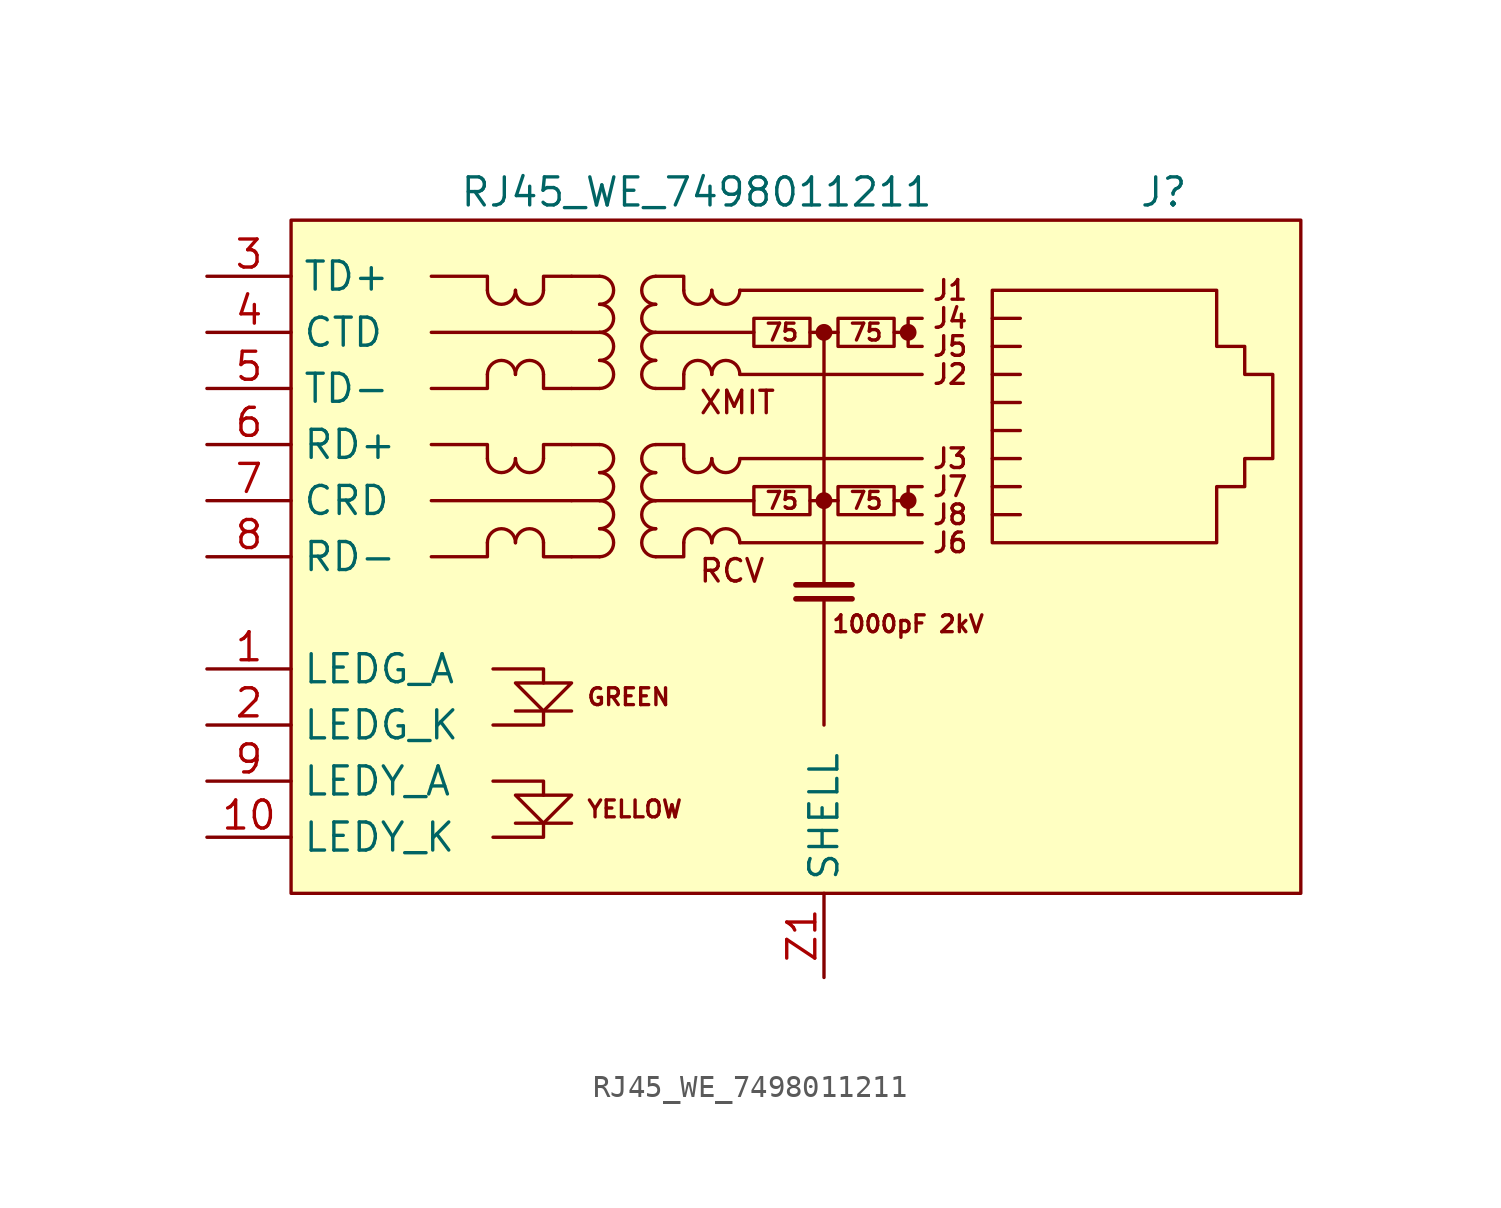
<source format=kicad_sym>
(kicad_symbol_lib
  (version 20211014)
  (generator kicad_symbol_editor)
  (symbol "RJ45_WE_7498011211"
    (property "Reference" "J"
      (at 13.97 16.51 0)
      (effects (font (size 1.27 1.27)) (justify right)))
    (property "Value" "RJ45_WE_7498011211"
      (at -19.05 16.51 0)
      (effects (font (size 1.27 1.27)) (justify left)))
    (symbol "RJ45_WE_7498011211_0_0"
      (rectangle (start -26.67 15.24) (end 19.05 -15.24) (stroke (width 0.152) (type default) (color 0 0 0 0)) (fill (type background)))
      (circle (center -2.54 2.54) (radius 0.254) (stroke (width 0.254) (type default) (color 0 0 0 0)) (fill (type outline)))
      (circle (center -2.54 10.16) (radius 0.254) (stroke (width 0.254) (type default) (color 0 0 0 0)) (fill (type outline)))
      (polyline (pts (xy -13.97 -12.065) (xy -16.51 -12.065)) (stroke (width 0) (type default) (color 0 0 0 0)) (fill (type none)))
      (polyline (pts (xy -13.97 -6.985) (xy -16.51 -6.985)) (stroke (width 0) (type default) (color 0 0 0 0)) (fill (type none)))
      (polyline (pts (xy -13.97 2.54) (xy -20.32 2.54)) (stroke (width 0.152) (type default) (color 0 0 0 0)) (fill (type none)))
      (polyline (pts (xy -13.97 10.16) (xy -20.32 10.16)) (stroke (width 0.152) (type default) (color 0 0 0 0)) (fill (type none)))
      (polyline (pts (xy -2.54 10.16) (xy -2.54 -1.27)) (stroke (width 0) (type default) (color 0 0 0 0)) (fill (type none)))
      (polyline (pts (xy -1.27 -1.905) (xy -3.81 -1.905)) (stroke (width 0.254) (type default) (color 0 0 0 0)) (fill (type none)))
      (polyline (pts (xy -1.27 -1.27) (xy -3.81 -1.27)) (stroke (width 0.254) (type default) (color 0 0 0 0)) (fill (type none)))
      (polyline (pts (xy 1.27 2.54) (xy 0.635 2.54)) (stroke (width 0) (type default) (color 0 0 0 0)) (fill (type none)))
      (polyline (pts (xy 1.27 10.16) (xy 0.635 10.16)) (stroke (width 0) (type default) (color 0 0 0 0)) (fill (type none)))
      (polyline (pts (xy -17.78 0.635) (xy -17.78 0) (xy -20.32 0)) (stroke (width 0.152) (type default) (color 0 0 0 0)) (fill (type none)))
      (polyline (pts (xy -17.78 4.445) (xy -17.78 5.08) (xy -20.32 5.08)) (stroke (width 0.152) (type default) (color 0 0 0 0)) (fill (type none)))
      (polyline (pts (xy -17.78 8.255) (xy -17.78 7.62) (xy -20.32 7.62)) (stroke (width 0.152) (type default) (color 0 0 0 0)) (fill (type none)))
      (polyline (pts (xy -17.78 12.065) (xy -17.78 12.7) (xy -20.32 12.7)) (stroke (width 0.152) (type default) (color 0 0 0 0)) (fill (type none)))
      (polyline (pts (xy -17.526 -12.7) (xy -15.24 -12.7) (xy -15.24 -12.065)) (stroke (width 0) (type default) (color 0 0 0 0)) (fill (type none)))
      (polyline (pts (xy -17.526 -10.16) (xy -15.24 -10.16) (xy -15.24 -10.795)) (stroke (width 0) (type default) (color 0 0 0 0)) (fill (type none)))
      (polyline (pts (xy -17.526 -5.08) (xy -15.24 -5.08) (xy -15.24 -5.715)) (stroke (width 0) (type default) (color 0 0 0 0)) (fill (type none)))
      (polyline (pts (xy -15.24 -6.985) (xy -15.24 -7.62) (xy -17.526 -7.62)) (stroke (width 0) (type default) (color 0 0 0 0)) (fill (type none)))
      (polyline (pts (xy -16.51 -5.715) (xy -13.97 -5.715) (xy -15.24 -6.985) (xy -16.51 -5.715)) (stroke (width 0) (type default) (color 0 0 0 0)) (fill (type none)))
      (polyline (pts (xy -13.97 -10.795) (xy -16.51 -10.795) (xy -15.24 -12.065) (xy -13.97 -10.795)) (stroke (width 0) (type default) (color 0 0 0 0)) (fill (type none)))
      (polyline (pts (xy -2.54 -2.032) (xy -2.54 -3.81) (xy -2.54 -3.81) (xy -2.54 -7.62)) (stroke (width 0) (type default) (color 0 0 0 0)) (fill (type none)))
      (polyline (pts (xy 1.905 3.175) (xy 1.27 3.175) (xy 1.27 1.905) (xy 1.905 1.905)) (stroke (width 0) (type default) (color 0 0 0 0)) (fill (type none)))
      (polyline (pts (xy 1.905 10.795) (xy 1.27 10.795) (xy 1.27 9.525) (xy 1.905 9.525)) (stroke (width 0) (type default) (color 0 0 0 0)) (fill (type none)))
      (circle (center 1.27 2.54) (radius 0.254) (stroke (width 0.254) (type default) (color 0 0 0 0)) (fill (type outline)))
      (circle (center 1.27 10.16) (radius 0.254) (stroke (width 0.254) (type default) (color 0 0 0 0)) (fill (type outline)))
      (text "1000pF 2kV" (at 1.27 -3.048 0) (effects (font (size 0.762 0.762))))
      (text "75" (at -4.445 2.54 0) (effects (font (size 0.762 0.762))))
      (text "75" (at -4.445 10.16 0) (effects (font (size 0.762 0.762))))
      (text "75" (at -0.635 2.54 0) (effects (font (size 0.762 0.762))))
      (text "75" (at -0.635 10.16 0) (effects (font (size 0.762 0.762))))
      (text "GREEN" (at -13.335 -6.35 0) (effects (font (size 0.762 0.762)) (justify left)))
      (text "J1" (at 3.175 12.065 0) (effects (font (size 0.889 0.889))))
      (text "J2" (at 3.175 8.255 0) (effects (font (size 0.889 0.889))))
      (text "J3" (at 3.175 4.445 0) (effects (font (size 0.889 0.889))))
      (text "J4" (at 3.175 10.795 0) (effects (font (size 0.889 0.889))))
      (text "J5" (at 3.175 9.525 0) (effects (font (size 0.889 0.889))))
      (text "J6" (at 3.175 0.635 0) (effects (font (size 0.889 0.889))))
      (text "J7" (at 3.175 3.175 0) (effects (font (size 0.889 0.889))))
      (text "J8" (at 3.175 1.905 0) (effects (font (size 0.889 0.889))))
      (text "RCV" (at -8.255 -0.635 0) (effects (font (size 1.016 1.016)) (justify left)))
      (text "XMIT" (at -8.255 6.985 0) (effects (font (size 1.016 1.016)) (justify left)))
      (text "YELLOW" (at -13.335 -11.43 0) (effects (font (size 0.762 0.762)) (justify left))))
    (symbol "RJ45_WE_7498011211_0_1"
      (arc (start -17.78 4.445) (mid -17.145 3.81) (end -16.51 4.445) (stroke (width 0) (type default) (color 0 0 0 0)) (fill (type none)))
      (arc (start -17.78 12.065) (mid -17.145 11.43) (end -16.51 12.065) (stroke (width 0) (type default) (color 0 0 0 0)) (fill (type none)))
      (arc (start -16.51 0.635) (mid -17.145 1.27) (end -17.78 0.635) (stroke (width 0) (type default) (color 0 0 0 0)) (fill (type none)))
      (arc (start -16.51 4.445) (mid -15.875 3.81) (end -15.24 4.445) (stroke (width 0) (type default) (color 0 0 0 0)) (fill (type none)))
      (arc (start -16.51 8.255) (mid -17.145 8.89) (end -17.78 8.255) (stroke (width 0) (type default) (color 0 0 0 0)) (fill (type none)))
      (arc (start -16.51 12.065) (mid -15.875 11.43) (end -15.24 12.065) (stroke (width 0) (type default) (color 0 0 0 0)) (fill (type none)))
      (arc (start -15.24 0.635) (mid -15.875 1.27) (end -16.51 0.635) (stroke (width 0) (type default) (color 0 0 0 0)) (fill (type none)))
      (arc (start -15.24 8.255) (mid -15.875 8.89) (end -16.51 8.255) (stroke (width 0) (type default) (color 0 0 0 0)) (fill (type none)))
      (arc (start -12.7 0) (mid -12.065 0.635) (end -12.7 1.27) (stroke (width 0) (type default) (color 0 0 0 0)) (fill (type none)))
      (arc (start -12.7 1.27) (mid -12.065 1.905) (end -12.7 2.54) (stroke (width 0) (type default) (color 0 0 0 0)) (fill (type none)))
      (arc (start -12.7 2.54) (mid -12.065 3.175) (end -12.7 3.81) (stroke (width 0) (type default) (color 0 0 0 0)) (fill (type none)))
      (arc (start -12.7 3.81) (mid -12.065 4.445) (end -12.7 5.08) (stroke (width 0) (type default) (color 0 0 0 0)) (fill (type none)))
      (arc (start -12.7 7.62) (mid -12.065 8.255) (end -12.7 8.89) (stroke (width 0) (type default) (color 0 0 0 0)) (fill (type none)))
      (arc (start -12.7 8.89) (mid -12.065 9.525) (end -12.7 10.16) (stroke (width 0) (type default) (color 0 0 0 0)) (fill (type none)))
      (arc (start -12.7 10.16) (mid -12.065 10.795) (end -12.7 11.43) (stroke (width 0) (type default) (color 0 0 0 0)) (fill (type none)))
      (arc (start -12.7 11.43) (mid -12.065 12.065) (end -12.7 12.7) (stroke (width 0) (type default) (color 0 0 0 0)) (fill (type none)))
      (arc (start -10.16 1.27) (mid -10.795 0.635) (end -10.16 0) (stroke (width 0) (type default) (color 0 0 0 0)) (fill (type none)))
      (arc (start -10.16 2.54) (mid -10.795 1.905) (end -10.16 1.27) (stroke (width 0) (type default) (color 0 0 0 0)) (fill (type none)))
      (arc (start -10.16 3.81) (mid -10.795 3.175) (end -10.16 2.54) (stroke (width 0) (type default) (color 0 0 0 0)) (fill (type none)))
      (arc (start -10.16 5.08) (mid -10.795 4.445) (end -10.16 3.81) (stroke (width 0) (type default) (color 0 0 0 0)) (fill (type none)))
      (arc (start -10.16 8.89) (mid -10.795 8.255) (end -10.16 7.62) (stroke (width 0) (type default) (color 0 0 0 0)) (fill (type none)))
      (arc (start -10.16 10.16) (mid -10.795 9.525) (end -10.16 8.89) (stroke (width 0) (type default) (color 0 0 0 0)) (fill (type none)))
      (arc (start -10.16 11.43) (mid -10.795 10.795) (end -10.16 10.16) (stroke (width 0) (type default) (color 0 0 0 0)) (fill (type none)))
      (arc (start -10.16 12.7) (mid -10.795 12.065) (end -10.16 11.43) (stroke (width 0) (type default) (color 0 0 0 0)) (fill (type none)))
      (arc (start -8.89 4.445) (mid -8.255 3.81) (end -7.62 4.445) (stroke (width 0) (type default) (color 0 0 0 0)) (fill (type none)))
      (arc (start -8.89 12.065) (mid -8.255 11.43) (end -7.62 12.065) (stroke (width 0) (type default) (color 0 0 0 0)) (fill (type none)))
      (arc (start -7.62 0.635) (mid -8.255 1.27) (end -8.89 0.635) (stroke (width 0) (type default) (color 0 0 0 0)) (fill (type none)))
      (arc (start -7.62 4.445) (mid -6.985 3.81) (end -6.35 4.445) (stroke (width 0) (type default) (color 0 0 0 0)) (fill (type none)))
      (arc (start -7.62 8.255) (mid -8.255 8.89) (end -8.89 8.255) (stroke (width 0) (type default) (color 0 0 0 0)) (fill (type none)))
      (arc (start -7.62 12.065) (mid -6.985 11.43) (end -6.35 12.065) (stroke (width 0) (type default) (color 0 0 0 0)) (fill (type none)))
      (arc (start -6.35 0.635) (mid -6.985 1.27) (end -7.62 0.635) (stroke (width 0) (type default) (color 0 0 0 0)) (fill (type none)))
      (arc (start -6.35 8.255) (mid -6.985 8.89) (end -7.62 8.255) (stroke (width 0) (type default) (color 0 0 0 0)) (fill (type none)))
      (rectangle (start -5.715 3.175) (end -3.175 1.905) (stroke (width 0) (type default) (color 0 0 0 0)) (fill (type none)))
      (rectangle (start -5.715 10.795) (end -3.175 9.525) (stroke (width 0) (type default) (color 0 0 0 0)) (fill (type none)))
      (rectangle (start -1.905 3.175) (end 0.635 1.905) (stroke (width 0) (type default) (color 0 0 0 0)) (fill (type none)))
      (rectangle (start -1.905 10.795) (end 0.635 9.525) (stroke (width 0) (type default) (color 0 0 0 0)) (fill (type none)))
      (polyline (pts (xy -12.7 0) (xy -13.97 0)) (stroke (width 0) (type default) (color 0 0 0 0)) (fill (type none)))
      (polyline (pts (xy -12.7 2.54) (xy -13.97 2.54)) (stroke (width 0) (type default) (color 0 0 0 0)) (fill (type none)))
      (polyline (pts (xy -12.7 5.08) (xy -13.97 5.08)) (stroke (width 0) (type default) (color 0 0 0 0)) (fill (type none)))
      (polyline (pts (xy -12.7 7.62) (xy -13.97 7.62)) (stroke (width 0) (type default) (color 0 0 0 0)) (fill (type none)))
      (polyline (pts (xy -12.7 10.16) (xy -13.97 10.16)) (stroke (width 0) (type default) (color 0 0 0 0)) (fill (type none)))
      (polyline (pts (xy -12.7 12.7) (xy -13.97 12.7)) (stroke (width 0) (type default) (color 0 0 0 0)) (fill (type none)))
      (polyline (pts (xy -6.35 0.635) (xy 1.905 0.635)) (stroke (width 0) (type default) (color 0 0 0 0)) (fill (type none)))
      (polyline (pts (xy -6.35 4.445) (xy 1.905 4.445)) (stroke (width 0) (type default) (color 0 0 0 0)) (fill (type none)))
      (polyline (pts (xy -6.35 8.255) (xy 1.905 8.255)) (stroke (width 0) (type default) (color 0 0 0 0)) (fill (type none)))
      (polyline (pts (xy -6.35 12.065) (xy 1.905 12.065)) (stroke (width 0) (type default) (color 0 0 0 0)) (fill (type none)))
      (polyline (pts (xy -5.715 2.54) (xy -10.16 2.54)) (stroke (width 0) (type default) (color 0 0 0 0)) (fill (type none)))
      (polyline (pts (xy -5.715 10.16) (xy -10.16 10.16)) (stroke (width 0) (type default) (color 0 0 0 0)) (fill (type none)))
      (polyline (pts (xy -3.175 2.54) (xy -1.905 2.54)) (stroke (width 0) (type default) (color 0 0 0 0)) (fill (type none)))
      (polyline (pts (xy -3.175 10.16) (xy -1.905 10.16)) (stroke (width 0) (type default) (color 0 0 0 0)) (fill (type none)))
      (polyline (pts (xy 5.08 3.175) (xy 6.35 3.175)) (stroke (width 0) (type default) (color 0 0 0 0)) (fill (type none)))
      (polyline (pts (xy 5.08 4.445) (xy 6.35 4.445)) (stroke (width 0) (type default) (color 0 0 0 0)) (fill (type none)))
      (polyline (pts (xy 5.08 5.715) (xy 6.35 5.715)) (stroke (width 0) (type default) (color 0 0 0 0)) (fill (type none)))
      (polyline (pts (xy 5.08 6.985) (xy 6.35 6.985)) (stroke (width 0) (type default) (color 0 0 0 0)) (fill (type none)))
      (polyline (pts (xy 5.08 8.255) (xy 6.35 8.255)) (stroke (width 0) (type default) (color 0 0 0 0)) (fill (type none)))
      (polyline (pts (xy 6.35 1.905) (xy 5.08 1.905)) (stroke (width 0) (type default) (color 0 0 0 0)) (fill (type none)))
      (polyline (pts (xy 6.35 9.525) (xy 5.08 9.525)) (stroke (width 0) (type default) (color 0 0 0 0)) (fill (type none)))
      (polyline (pts (xy 6.35 10.795) (xy 5.08 10.795)) (stroke (width 0) (type default) (color 0 0 0 0)) (fill (type none)))
      (polyline (pts (xy -13.97 0) (xy -15.24 0) (xy -15.24 0.635)) (stroke (width 0) (type default) (color 0 0 0 0)) (fill (type none)))
      (polyline (pts (xy -13.97 5.08) (xy -15.24 5.08) (xy -15.24 4.445)) (stroke (width 0) (type default) (color 0 0 0 0)) (fill (type none)))
      (polyline (pts (xy -13.97 7.62) (xy -15.24 7.62) (xy -15.24 8.255)) (stroke (width 0) (type default) (color 0 0 0 0)) (fill (type none)))
      (polyline (pts (xy -13.97 12.7) (xy -15.24 12.7) (xy -15.24 12.065)) (stroke (width 0) (type default) (color 0 0 0 0)) (fill (type none)))
      (polyline (pts (xy -10.16 5.08) (xy -8.89 5.08) (xy -8.89 4.445)) (stroke (width 0) (type default) (color 0 0 0 0)) (fill (type none)))
      (polyline (pts (xy -10.16 12.7) (xy -8.89 12.7) (xy -8.89 12.065)) (stroke (width 0) (type default) (color 0 0 0 0)) (fill (type none)))
      (polyline (pts (xy -8.89 0.635) (xy -8.89 0) (xy -10.16 0)) (stroke (width 0) (type default) (color 0 0 0 0)) (fill (type none)))
      (polyline (pts (xy -8.89 8.255) (xy -8.89 7.62) (xy -10.16 7.62)) (stroke (width 0) (type default) (color 0 0 0 0)) (fill (type none)))
      (polyline (pts (xy 5.08 0.635) (xy 5.08 12.065) (xy 15.24 12.065) (xy 15.24 9.525) (xy 16.51 9.525) (xy 16.51 8.255) (xy 17.78 8.255) (xy 17.78 4.445) (xy 16.51 4.445) (xy 16.51 3.175) (xy 15.24 3.175) (xy 15.24 0.635) (xy 5.08 0.635)) (stroke (width 0) (type default) (color 0 0 0 0)) (fill (type none))))
    (symbol "RJ45_WE_7498011211_1_1"
      (pin passive line (at -30.48 -5.08 0) (length 3.81) (name "LEDG_A" (effects (font (size 1.27 1.27)))) (number "1" (effects (font (size 1.27 1.27)))))
      (pin passive line (at -30.48 -12.7 0) (length 3.81) (name "LEDY_K" (effects (font (size 1.27 1.27)))) (number "10" (effects (font (size 1.27 1.27)))))
      (pin passive line (at -30.48 -7.62 0) (length 3.81) (name "LEDG_K" (effects (font (size 1.27 1.27)))) (number "2" (effects (font (size 1.27 1.27)))))
      (pin passive line (at -30.48 12.7 0) (length 3.81) (name "TD+" (effects (font (size 1.27 1.27)))) (number "3" (effects (font (size 1.27 1.27)))))
      (pin passive line (at -30.48 10.16 0) (length 3.81) (name "CTD" (effects (font (size 1.27 1.27)))) (number "4" (effects (font (size 1.27 1.27)))))
      (pin passive line (at -30.48 7.62 0) (length 3.81) (name "TD-" (effects (font (size 1.27 1.27)))) (number "5" (effects (font (size 1.27 1.27)))))
      (pin passive line (at -30.48 5.08 0) (length 3.81) (name "RD+" (effects (font (size 1.27 1.27)))) (number "6" (effects (font (size 1.27 1.27)))))
      (pin passive line (at -30.48 2.54 0) (length 3.81) (name "CRD" (effects (font (size 1.27 1.27)))) (number "7" (effects (font (size 1.27 1.27)))))
      (pin passive line (at -30.48 0 0) (length 3.81) (name "RD-" (effects (font (size 1.27 1.27)))) (number "8" (effects (font (size 1.27 1.27)))))
      (pin passive line (at -30.48 -10.16 0) (length 3.81) (name "LEDY_A" (effects (font (size 1.27 1.27)))) (number "9" (effects (font (size 1.27 1.27)))))
      (pin power_in line (at -2.54 -19.05 90) (length 3.81) (name "SHELL" (effects (font (size 1.27 1.27)))) (number "Z1" (effects (font (size 1.27 1.27)))))
      (pin passive line (at -2.54 -19.05 90) (length 3.81) hide (name "SHIELD" (effects (font (size 1.27 1.27)))) (number "Z2" (effects (font (size 1.27 1.27))))))))
</source>
